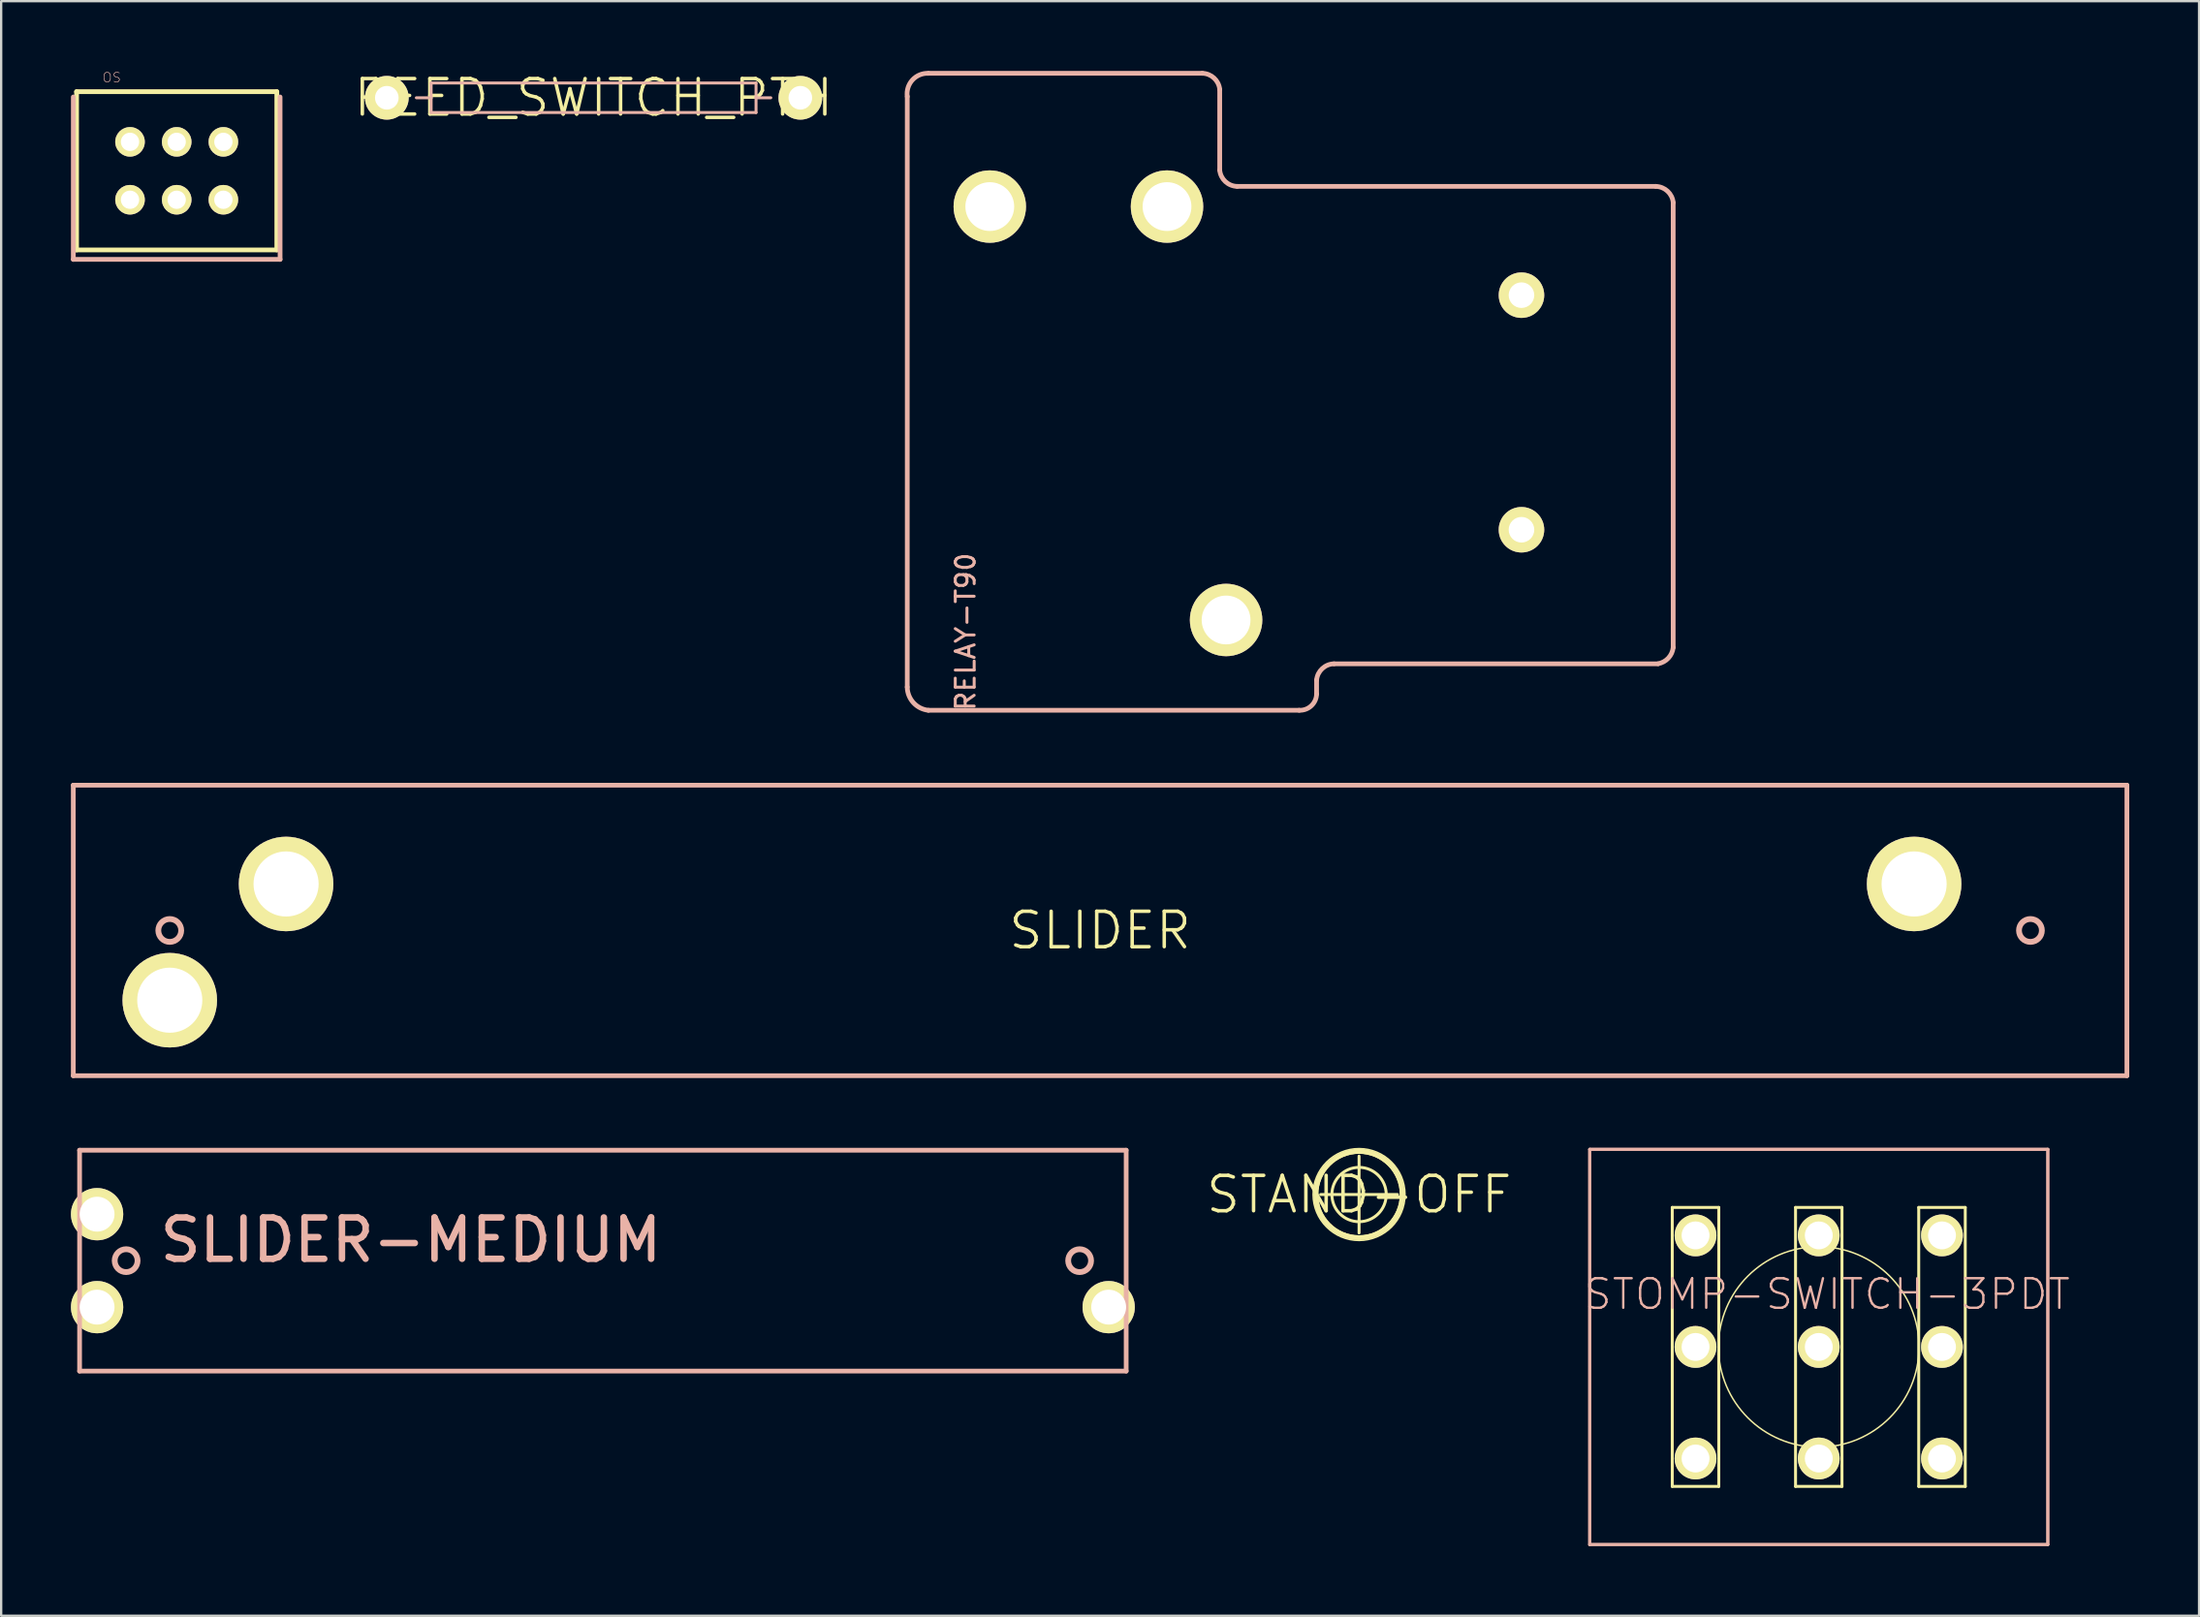
<source format=kicad_pcb>
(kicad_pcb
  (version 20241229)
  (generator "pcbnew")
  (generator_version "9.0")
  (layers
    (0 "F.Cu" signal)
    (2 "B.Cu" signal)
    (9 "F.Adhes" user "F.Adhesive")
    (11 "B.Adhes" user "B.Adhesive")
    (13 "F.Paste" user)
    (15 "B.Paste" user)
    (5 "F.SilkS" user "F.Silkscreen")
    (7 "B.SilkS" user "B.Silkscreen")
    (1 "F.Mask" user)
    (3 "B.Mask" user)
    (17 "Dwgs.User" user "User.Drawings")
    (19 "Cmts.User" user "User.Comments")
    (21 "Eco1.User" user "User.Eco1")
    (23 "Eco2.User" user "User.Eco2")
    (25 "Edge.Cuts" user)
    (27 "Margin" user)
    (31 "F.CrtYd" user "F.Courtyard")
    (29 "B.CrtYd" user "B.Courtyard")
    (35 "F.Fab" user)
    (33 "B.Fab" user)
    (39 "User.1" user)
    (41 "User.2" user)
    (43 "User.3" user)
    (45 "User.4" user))
  (footprint "SLIDER-MEDIUM"
    (layer "F.Cu")
    (at 22.871 51.17)
    (property "Reference" "SLIDER-MEDIUM" (at -8.255 -0.889 0) (layer "B.SilkS") (effects (font (size 1.778 1.778) (thickness 0.279))))
    (attr exclude_from_pos_files exclude_from_bom)
    (fp_line (start -22.499 -4.75) (end -22.499 4.75) (stroke (width 0.203) (type solid)) (layer "B.SilkS"))
    (fp_line (start -22.499 4.75) (end 22.499 4.75) (stroke (width 0.203) (type solid)) (layer "B.SilkS"))
    (fp_line (start 22.499 -4.75) (end -22.499 -4.75) (stroke (width 0.203) (type solid)) (layer "B.SilkS"))
    (fp_line (start 22.499 4.75) (end 22.499 -4.75) (stroke (width 0.203) (type solid)) (layer "B.SilkS"))
    (fp_circle (center -20.498 0) (end -20.846 0.348) (stroke (width 0.249) (type solid)) (fill no) (layer "B.SilkS"))
    (fp_circle (center 20.498 0) (end 20.846 0.348) (stroke (width 0.249) (type solid)) (fill no) (layer "B.SilkS"))
    (pad "BOTT" thru_hole circle (at 21.747 1.999) (size 2.248 2.248) (drill 1.499) (layers "*.Cu" "F.Mask" "F.SilkS" "F.Paste"))
    (pad "TOP" thru_hole circle (at -21.747 1.999) (size 2.248 2.248) (drill 1.499) (layers "*.Cu" "F.Mask" "F.SilkS" "F.Paste"))
    (pad "WIPE" thru_hole circle (at -21.747 -1.999) (size 2.248 2.248) (drill 1.499) (layers "*.Cu" "F.Mask" "F.SilkS" "F.Paste")))
  (footprint "RELAY-T90"
    (layer "F.Cu")
    (at 62.366 5.835)
    (property "Reference" "RELAY-T90" (at -23.901 18.288 90) (layer "B.SilkS") (effects (font (size 0.813 0.813) (thickness 0.127))))
    (attr exclude_from_pos_files exclude_from_bom)
    (fp_line (start -26.408 20.663) (end -26.408 -4.735) (stroke (width 0.203) (type solid)) (layer "B.SilkS"))
    (fp_line (start -25.499 -5.733) (end -13.724 -5.733) (stroke (width 0.203) (type solid)) (layer "B.SilkS"))
    (fp_line (start -12.974 -1.57) (end -12.974 -5.034) (stroke (width 0.203) (type solid)) (layer "B.SilkS"))
    (fp_line (start -12.222 -0.869) (end 5.773 -0.869) (stroke (width 0.203) (type solid)) (layer "B.SilkS"))
    (fp_line (start -9.558 21.664) (end -25.499 21.664) (stroke (width 0.203) (type solid)) (layer "B.SilkS"))
    (fp_line (start -8.809 20.963) (end -8.809 20.363) (stroke (width 0.203) (type solid)) (layer "B.SilkS"))
    (fp_line (start -8.059 19.665) (end 5.872 19.665) (stroke (width 0.203) (type solid)) (layer "B.SilkS"))
    (fp_line (start 6.523 18.964) (end 6.523 -0.168) (stroke (width 0.203) (type solid)) (layer "B.SilkS"))
    (fp_arc (start -26.40838 -4.73456) (mid -26.185767 -5.445636) (end -25.497958 -5.732175) (stroke (width 0.2032) (type solid)) (layer "B.SilkS"))
    (fp_arc (start -25.49906 21.66366) (mid -26.143332 21.337876) (end -26.40882 20.666507) (stroke (width 0.2032) (type solid)) (layer "B.SilkS"))
    (fp_arc (start -13.72362 -5.73278) (mid -13.215447 -5.526235) (end -12.972567 -5.034392) (stroke (width 0.2032) (type solid)) (layer "B.SilkS"))
    (fp_arc (start -12.22248 -0.86868) (mid -12.730653 -1.075225) (end -12.973533 -1.567068) (stroke (width 0.2032) (type solid)) (layer "B.SilkS"))
    (fp_arc (start -8.80872 20.36318) (mid -8.565715 19.870786) (end -8.057084 19.663912) (stroke (width 0.2032) (type solid)) (layer "B.SilkS"))
    (fp_arc (start -8.80872 20.96262) (mid -9.035646 21.47066) (end -9.557736 21.663074) (stroke (width 0.2032) (type solid)) (layer "B.SilkS"))
    (fp_arc (start 5.77342 -0.86868) (mid 6.281593 -0.662135) (end 6.524473 -0.170292) (stroke (width 0.2032) (type solid)) (layer "B.SilkS"))
    (fp_arc (start 6.52272 18.96364) (mid 6.314628 19.420638) (end 5.874039 19.661534) (stroke (width 0.2032) (type solid)) (layer "B.SilkS"))
    (pad "COIL" thru_hole circle (at 0 3.81) (size 1.956 1.956) (drill 1.1) (layers "*.Cu" "F.Mask" "F.SilkS" "F.Paste"))
    (pad "COIL" thru_hole circle (at 0 13.899) (size 1.956 1.956) (drill 1.1) (layers "*.Cu" "F.Mask" "F.SilkS" "F.Paste"))
    (pad "MAIN" thru_hole circle (at -12.7 17.78) (size 3.114 3.114) (drill 2.098) (layers "*.Cu" "F.Mask" "F.SilkS" "F.Paste"))
    (pad "NC" thru_hole circle (at -22.86 0) (size 3.114 3.114) (drill 2.098) (layers "*.Cu" "F.Mask" "F.SilkS" "F.Paste"))
    (pad "NO" thru_hole circle (at -15.24 0) (size 3.114 3.114) (drill 2.098) (layers "*.Cu" "F.Mask" "F.SilkS" "F.Paste")))
  (footprint "REED_SWITCH_PTH"
    (layer "F.Cu")
    (at 22.471 1.155)
    (property "Reference" "REED_SWITCH_PTH" (at 0 0 0) (layer "F.SilkS") (effects (font (size 1.524 1.524) (thickness 0.15))))
    (attr exclude_from_pos_files exclude_from_bom)
    (fp_line (start -6.985 -0.635) (end 6.985 -0.635) (stroke (width 0.127) (type solid)) (layer "B.SilkS"))
    (fp_line (start -6.985 0) (end -7.62 0) (stroke (width 0.127) (type solid)) (layer "B.SilkS"))
    (fp_line (start -6.985 0) (end -6.985 -0.635) (stroke (width 0.127) (type solid)) (layer "B.SilkS"))
    (fp_line (start -6.985 0.635) (end -6.985 0) (stroke (width 0.127) (type solid)) (layer "B.SilkS"))
    (fp_line (start -6.985 0.635) (end 6.985 0.635) (stroke (width 0.127) (type solid)) (layer "B.SilkS"))
    (fp_line (start 6.985 -0.635) (end 6.985 0) (stroke (width 0.127) (type solid)) (layer "B.SilkS"))
    (fp_line (start 6.985 0) (end 6.985 0.635) (stroke (width 0.127) (type solid)) (layer "B.SilkS"))
    (fp_line (start 6.985 0) (end 7.62 0) (stroke (width 0.127) (type solid)) (layer "B.SilkS"))
    (pad "P$1" thru_hole circle (at -8.89 0) (size 1.88 1.88) (drill 1.016) (layers "*.Cu" "F.Mask" "F.SilkS" "F.Paste"))
    (pad "P$2" thru_hole circle (at 8.89 0) (size 1.88 1.88) (drill 1.016) (layers "*.Cu" "F.Mask" "F.SilkS" "F.Paste")))
  (footprint "STAND-OFF"
    (layer "F.Cu")
    (at 55.383 48.326)
    (property "Reference" "STAND-OFF" (at 0 0 0) (layer "F.SilkS") (effects (font (size 1.524 1.524) (thickness 0.15))))
    (attr exclude_from_pos_files exclude_from_bom)
    (fp_line (start -1.651 0) (end 1.651 0) (stroke (width 0.127) (type solid)) (layer "F.SilkS"))
    (fp_line (start 0 1.651) (end 0 -1.651) (stroke (width 0.127) (type solid)) (layer "F.SilkS"))
    (fp_arc (start 0 -1.8542) (mid 1.8542 0) (end 0 1.8542) (stroke (width 0.2032) (type solid)) (layer "F.SilkS"))
    (fp_arc (start 0 -1.8542) (mid 1.8542 0) (end 0 1.8542) (stroke (width 0.2032) (type solid)) (layer "F.SilkS"))
    (fp_arc (start 0 1.8542) (mid -1.8542 0) (end 0 -1.8542) (stroke (width 0.2032) (type solid)) (layer "F.SilkS"))
    (fp_arc (start 0 1.8542) (mid -1.8542 0) (end 0 -1.8542) (stroke (width 0.2032) (type solid)) (layer "F.SilkS"))
    (fp_circle (center 0 0) (end -1.397 1.397) (stroke (width 0.064) (type solid)) (fill no) (layer "F.SilkS"))
    (fp_circle (center 0 0) (end -0.826 0.826) (stroke (width 0.127) (type solid)) (fill no) (layer "F.SilkS")))
  (footprint "STOMP-SWITCH-3PDT"
    (layer "F.Cu")
    (at 75.148 54.881)
    (property "Reference" "STOMP-SWITCH-3PDT" (at 0.363 -2.268 0) (layer "B.SilkS") (effects (font (size 1.27 1.27) (thickness 0.102))))
    (attr exclude_from_pos_files exclude_from_bom)
    (fp_line (start -6.299 -5.999) (end -6.299 5.999) (stroke (width 0.127) (type solid)) (layer "F.SilkS"))
    (fp_line (start -6.299 5.999) (end -4.298 5.999) (stroke (width 0.127) (type solid)) (layer "F.SilkS"))
    (fp_line (start -4.298 -5.999) (end -6.299 -5.999) (stroke (width 0.127) (type solid)) (layer "F.SilkS"))
    (fp_line (start -4.298 5.999) (end -4.298 -5.999) (stroke (width 0.127) (type solid)) (layer "F.SilkS"))
    (fp_line (start -0.998 -5.999) (end 0.998 -5.999) (stroke (width 0.127) (type solid)) (layer "F.SilkS"))
    (fp_line (start -0.998 5.999) (end -0.998 -5.999) (stroke (width 0.127) (type solid)) (layer "F.SilkS"))
    (fp_line (start 0.998 -5.999) (end 0.998 5.999) (stroke (width 0.127) (type solid)) (layer "F.SilkS"))
    (fp_line (start 0.998 5.999) (end -0.998 5.999) (stroke (width 0.127) (type solid)) (layer "F.SilkS"))
    (fp_line (start 4.298 -5.999) (end 4.298 5.999) (stroke (width 0.127) (type solid)) (layer "F.SilkS"))
    (fp_line (start 4.298 5.999) (end 6.299 5.999) (stroke (width 0.127) (type solid)) (layer "F.SilkS"))
    (fp_line (start 6.299 -5.999) (end 4.298 -5.999) (stroke (width 0.127) (type solid)) (layer "F.SilkS"))
    (fp_line (start 6.299 5.999) (end 6.299 -5.999) (stroke (width 0.127) (type solid)) (layer "F.SilkS"))
    (fp_circle (center 0 0) (end -3.048 3.048) (stroke (width 0.064) (type solid)) (fill no) (layer "F.SilkS"))
    (fp_line (start -9.848 -8.499) (end -9.848 8.499) (stroke (width 0.127) (type solid)) (layer "B.SilkS"))
    (fp_line (start -9.848 -8.499) (end 9.848 -8.499) (stroke (width 0.127) (type solid)) (layer "B.SilkS"))
    (fp_line (start -9.848 8.499) (end -9.848 -8.499) (stroke (width 0.127) (type solid)) (layer "B.SilkS"))
    (fp_line (start -9.848 8.499) (end 9.848 8.499) (stroke (width 0.127) (type solid)) (layer "B.SilkS"))
    (fp_line (start 9.848 -8.499) (end -9.848 -8.499) (stroke (width 0.127) (type solid)) (layer "B.SilkS"))
    (fp_line (start 9.848 -8.499) (end 9.848 8.499) (stroke (width 0.127) (type solid)) (layer "B.SilkS"))
    (fp_line (start 9.848 8.499) (end -9.848 8.499) (stroke (width 0.127) (type solid)) (layer "B.SilkS"))
    (fp_line (start 9.848 8.499) (end 9.848 -8.499) (stroke (width 0.127) (type solid)) (layer "B.SilkS"))
    (pad "P$1" thru_hole circle (at -5.298 -4.798) (size 1.798 1.798) (drill 1.199) (layers "*.Cu" "F.Mask" "F.SilkS" "F.Paste"))
    (pad "P$2" thru_hole circle (at -5.298 0) (size 1.798 1.798) (drill 1.199) (layers "*.Cu" "F.Mask" "F.SilkS" "F.Paste"))
    (pad "P$3" thru_hole circle (at -5.298 4.798) (size 1.798 1.798) (drill 1.199) (layers "*.Cu" "F.Mask" "F.SilkS" "F.Paste"))
    (pad "P$4" thru_hole circle (at 0 -4.798) (size 1.798 1.798) (drill 1.199) (layers "*.Cu" "F.Mask" "F.SilkS" "F.Paste"))
    (pad "P$5" thru_hole circle (at 0 0) (size 1.798 1.798) (drill 1.199) (layers "*.Cu" "F.Mask" "F.SilkS" "F.Paste"))
    (pad "P$6" thru_hole circle (at 0 4.798) (size 1.798 1.798) (drill 1.199) (layers "*.Cu" "F.Mask" "F.SilkS" "F.Paste"))
    (pad "P$7" thru_hole circle (at 5.298 -4.798) (size 1.798 1.798) (drill 1.199) (layers "*.Cu" "F.Mask" "F.SilkS" "F.Paste"))
    (pad "P$8" thru_hole circle (at 5.298 0) (size 1.798 1.798) (drill 1.199) (layers "*.Cu" "F.Mask" "F.SilkS" "F.Paste"))
    (pad "P$9" thru_hole circle (at 5.298 4.798) (size 1.798 1.798) (drill 1.199) (layers "*.Cu" "F.Mask" "F.SilkS" "F.Paste")))
  (footprint "OS"
    (layer "F.Cu")
    (at 4.547 4.296)
    (property "Reference" "OS" (at -2.794 -4.013 0) (layer "B.SilkS") (effects (font (size 0.406 0.406) (thickness 0.025))))
    (attr exclude_from_pos_files exclude_from_bom)
    (fp_line (start -4.305 -3.404) (end 4.305 -3.404) (stroke (width 0.203) (type solid)) (layer "F.SilkS"))
    (fp_line (start -4.305 3.404) (end -4.305 -3.404) (stroke (width 0.203) (type solid)) (layer "F.SilkS"))
    (fp_line (start 4.305 -3.404) (end 4.305 3.404) (stroke (width 0.203) (type solid)) (layer "F.SilkS"))
    (fp_line (start 4.305 3.404) (end -4.305 3.404) (stroke (width 0.203) (type solid)) (layer "F.SilkS"))
    (fp_line (start -4.445 -3.175) (end -4.445 3.81) (stroke (width 0.203) (type solid)) (layer "B.SilkS"))
    (fp_line (start -4.445 3.81) (end 4.445 3.81) (stroke (width 0.203) (type solid)) (layer "B.SilkS"))
    (fp_line (start 4.445 3.81) (end 4.445 -3.175) (stroke (width 0.203) (type solid)) (layer "B.SilkS"))
    (pad "1" thru_hole circle (at -2.007 -1.245) (size 1.27 1.27) (drill 0.787) (layers "*.Cu" "F.Mask" "F.SilkS" "F.Paste"))
    (pad "2" thru_hole circle (at 0 -1.245) (size 1.27 1.27) (drill 0.787) (layers "*.Cu" "F.Mask" "F.SilkS" "F.Paste"))
    (pad "3" thru_hole circle (at 2.007 -1.245) (size 1.27 1.27) (drill 0.787) (layers "*.Cu" "F.Mask" "F.SilkS" "F.Paste"))
    (pad "4" thru_hole circle (at -2.007 1.245) (size 1.27 1.27) (drill 0.787) (layers "*.Cu" "F.Mask" "F.SilkS" "F.Paste"))
    (pad "5" thru_hole circle (at 0 1.245) (size 1.27 1.27) (drill 0.787) (layers "*.Cu" "F.Mask" "F.SilkS" "F.Paste"))
    (pad "6" thru_hole circle (at 2.007 1.245) (size 1.27 1.27) (drill 0.787) (layers "*.Cu" "F.Mask" "F.SilkS" "F.Paste")))
  (footprint "SLIDER"
    (layer "F.Cu")
    (at 44.249 36.968)
    (property "Reference" "SLIDER" (at 0 0 0) (layer "F.SilkS") (effects (font (size 1.524 1.524) (thickness 0.15))))
    (attr exclude_from_pos_files exclude_from_bom)
    (fp_line (start -44.148 -6.248) (end -44.148 6.248) (stroke (width 0.203) (type solid)) (layer "B.SilkS"))
    (fp_line (start -44.148 6.248) (end 44.148 6.248) (stroke (width 0.203) (type solid)) (layer "B.SilkS"))
    (fp_line (start 44.148 -6.248) (end -44.148 -6.248) (stroke (width 0.203) (type solid)) (layer "B.SilkS"))
    (fp_line (start 44.148 6.248) (end 44.148 -6.248) (stroke (width 0.203) (type solid)) (layer "B.SilkS"))
    (fp_circle (center -40 0) (end -40.348 0.348) (stroke (width 0.249) (type solid)) (fill no) (layer "B.SilkS"))
    (fp_circle (center 40 0) (end 40.348 0.348) (stroke (width 0.249) (type solid)) (fill no) (layer "B.SilkS"))
    (pad "1" thru_hole circle (at -34.999 -1.999) (size 4.064 4.064) (drill 2.799) (layers "*.Cu" "F.Mask" "F.SilkS" "F.Paste"))
    (pad "2A" thru_hole circle (at -40 3) (size 4.064 4.064) (drill 2.799) (layers "*.Cu" "F.Mask" "F.SilkS" "F.Paste"))
    (pad "3" thru_hole circle (at 34.999 -1.999) (size 4.064 4.064) (drill 2.799) (layers "*.Cu" "F.Mask" "F.SilkS" "F.Paste")))
  (gr_rect
    (start -3 -3)
    (end 91.499 66.443)
    (stroke (width 0.1) (type default))
    (fill no)
    (layer "Edge.Cuts")))
</source>
